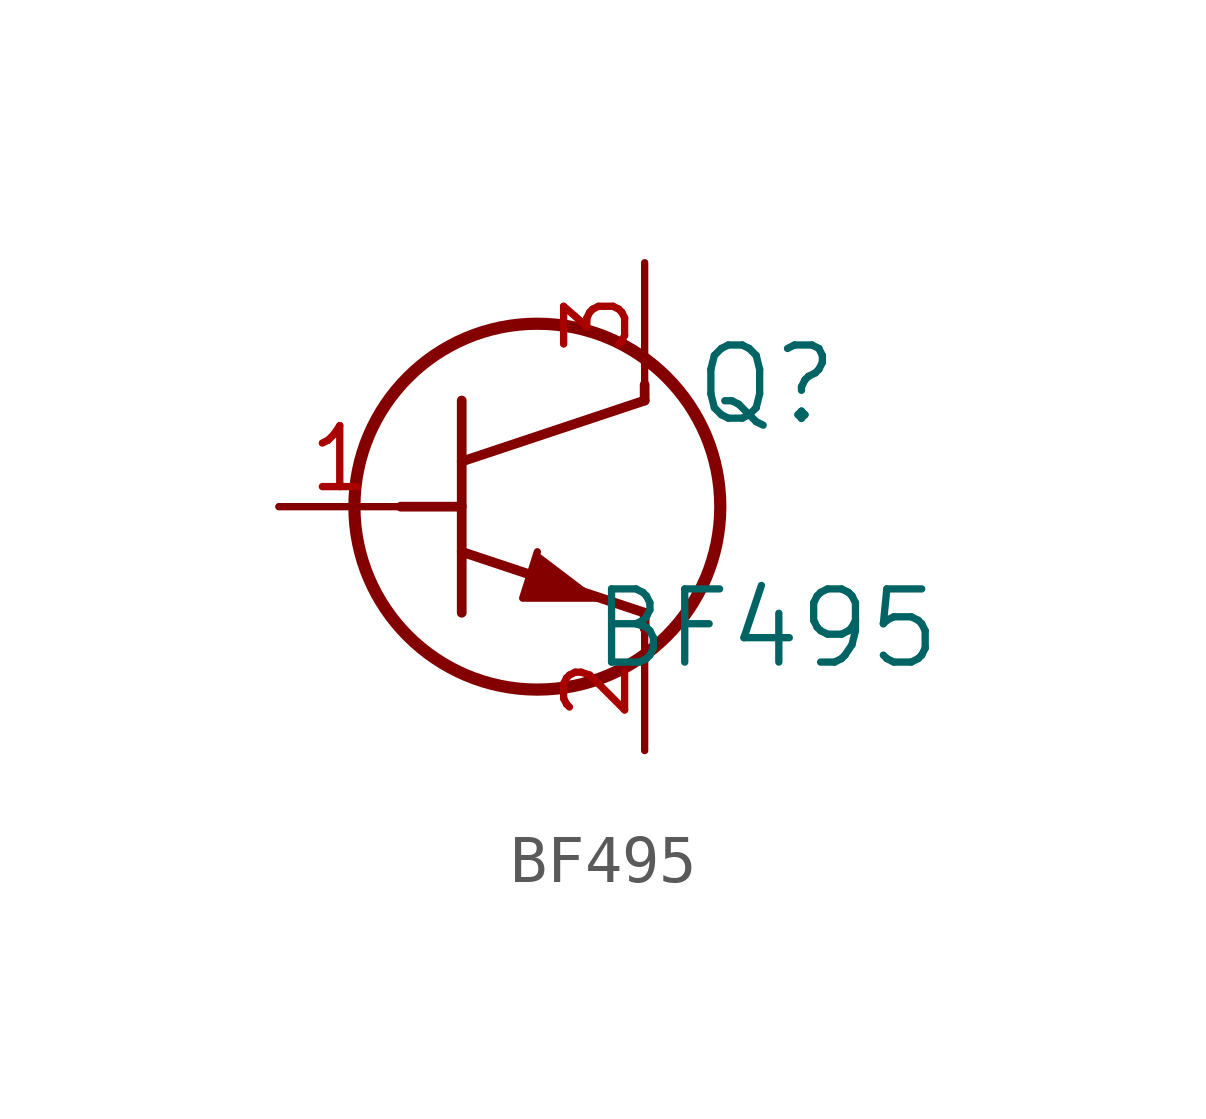
<source format=kicad_sym>
(kicad_symbol_lib
  (version 20211014)
  (generator kicad_symbol_editor)
  (symbol "BF495"
    (pin_names
      (offset 0.254))
    (property "Reference" "Q"
      (at 10.16 2.54 0)
      (effects (font (size 1.524 1.524))))
    (property "Value" "BF495"
      (at 10.16 -2.54 0)
      (effects (font (size 1.524 1.524))))
    (symbol "BF495_0_1"
      (circle (center 5.385 0) (radius 3.81) (stroke (width 0.254) (type default) (color 0 0 0 0)) (fill (type none)))
      (polyline (pts (xy 3.81 -2.21) (xy 3.81 2.21)) (stroke (width 0.203) (type default) (color 0 0 0 0)) (fill (type none)))
      (polyline (pts (xy 3.81 0.94) (xy 7.62 2.21)) (stroke (width 0.203) (type default) (color 0 0 0 0)) (fill (type none)))
      (polyline (pts (xy 3.81 -0.94) (xy 7.62 -2.21)) (stroke (width 0.203) (type default) (color 0 0 0 0)) (fill (type none)))
      (polyline (pts (xy 7.62 -2.54) (xy 7.62 -2.21)) (stroke (width 0.203) (type default) (color 0 0 0 0)) (fill (type none)))
      (polyline (pts (xy 7.62 2.21) (xy 7.62 2.54)) (stroke (width 0.203) (type default) (color 0 0 0 0)) (fill (type none)))
      (polyline (pts (xy 2.54 0) (xy 3.81 0)) (stroke (width 0.203) (type default) (color 0 0 0 0)) (fill (type none)))
      (polyline (pts (xy 5.385 -0.94) (xy 5.08 -1.905) (xy 6.655 -1.905)) (stroke (width 0) (type default) (color 0 0 0 0)) (fill (type outline)))
      (pin unspecified line (at 0 0 0) (length 2.54) (name "" (effects (font (size 1.27 1.27)))) (number "1" (effects (font (size 1.27 1.27)))))
      (pin unspecified line (at 7.62 -5.08 90) (length 2.54) (name "" (effects (font (size 1.27 1.27)))) (number "2" (effects (font (size 1.27 1.27)))))
      (pin unspecified line (at 7.62 5.08 270) (length 2.54) (name "" (effects (font (size 1.27 1.27)))) (number "3" (effects (font (size 1.27 1.27))))))))
</source>
